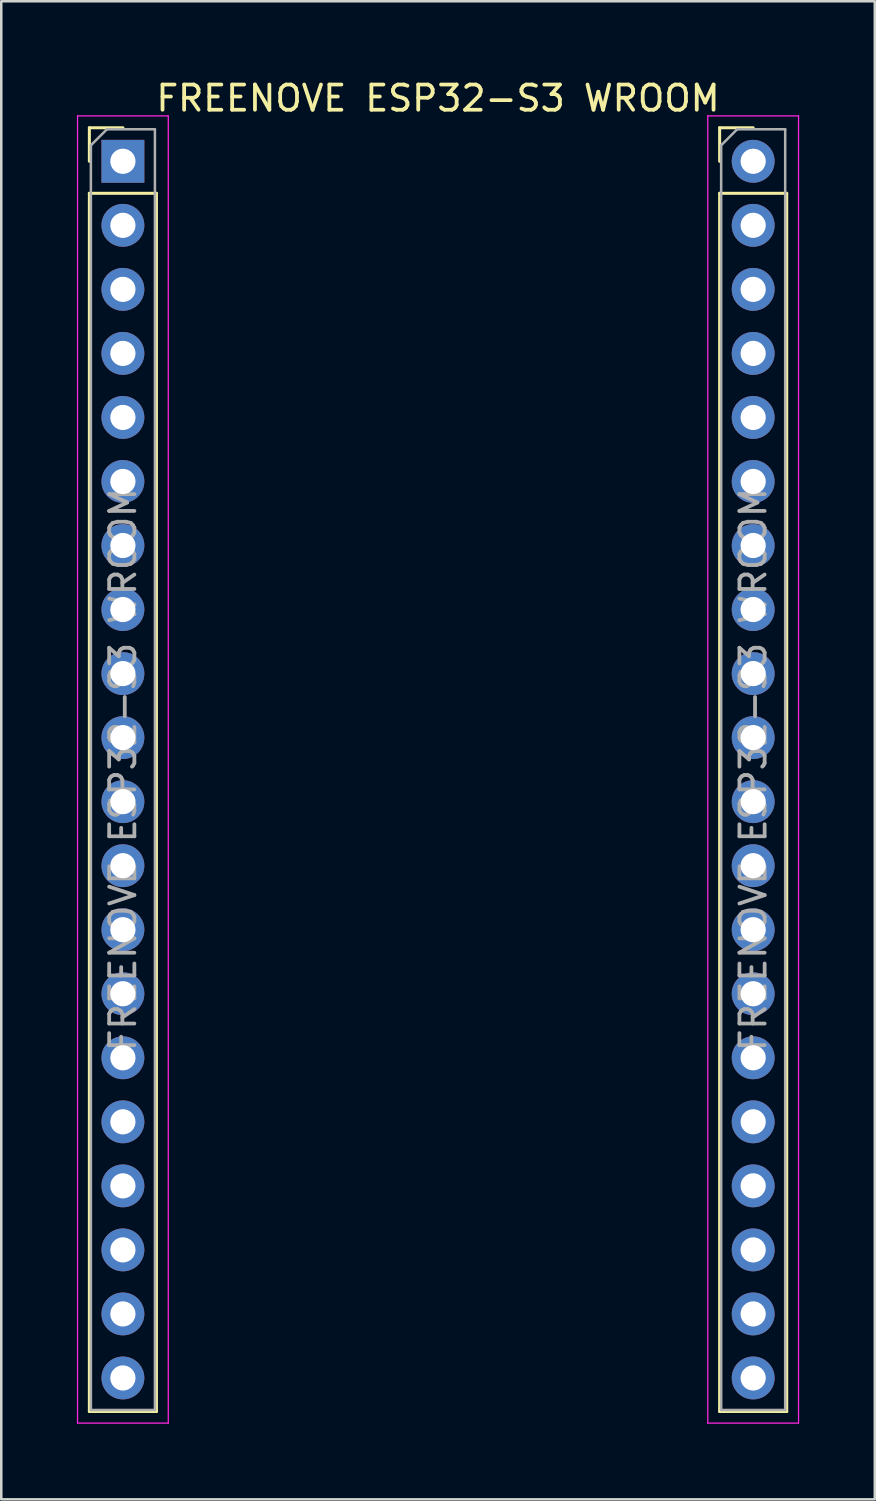
<source format=kicad_pcb>
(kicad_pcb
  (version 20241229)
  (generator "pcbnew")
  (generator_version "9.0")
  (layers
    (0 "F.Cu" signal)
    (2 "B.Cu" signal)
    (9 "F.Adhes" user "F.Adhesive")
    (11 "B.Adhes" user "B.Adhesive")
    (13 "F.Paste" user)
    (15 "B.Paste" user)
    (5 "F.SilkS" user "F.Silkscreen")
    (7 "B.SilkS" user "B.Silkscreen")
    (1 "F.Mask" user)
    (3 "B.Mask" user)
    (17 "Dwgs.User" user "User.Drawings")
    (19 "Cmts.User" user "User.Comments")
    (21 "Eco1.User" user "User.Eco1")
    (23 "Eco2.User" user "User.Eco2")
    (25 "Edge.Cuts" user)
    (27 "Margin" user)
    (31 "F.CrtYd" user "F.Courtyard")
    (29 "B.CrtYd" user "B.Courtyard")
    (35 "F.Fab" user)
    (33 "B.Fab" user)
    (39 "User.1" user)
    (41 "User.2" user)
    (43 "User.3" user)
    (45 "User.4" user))
  (footprint "FREENOVE ESP32-S3 WROOM"
    (layer "F.Cu")
    (at 1.825 3.348)
    (property "Reference" "FREENOVE ESP32-S3 WROOM" (at 12.5 -2.5 0) (layer "F.SilkS") (effects (font (size 1 1) (thickness 0.15))))
    (attr through_hole)
    (fp_line (start -1.33 -1.33) (end 0 -1.33) (stroke (width 0.12) (type solid)) (layer "F.SilkS"))
    (fp_line (start -1.33 0) (end -1.33 -1.33) (stroke (width 0.12) (type solid)) (layer "F.SilkS"))
    (fp_line (start -1.33 1.27) (end -1.33 49.59) (stroke (width 0.12) (type solid)) (layer "F.SilkS"))
    (fp_line (start -1.33 1.27) (end 1.33 1.27) (stroke (width 0.12) (type solid)) (layer "F.SilkS"))
    (fp_line (start -1.33 49.59) (end 1.33 49.59) (stroke (width 0.12) (type solid)) (layer "F.SilkS"))
    (fp_line (start 1.33 1.27) (end 1.33 49.59) (stroke (width 0.12) (type solid)) (layer "F.SilkS"))
    (fp_line (start 23.67 -1.33) (end 25 -1.33) (stroke (width 0.12) (type solid)) (layer "F.SilkS"))
    (fp_line (start 23.67 0) (end 23.67 -1.33) (stroke (width 0.12) (type solid)) (layer "F.SilkS"))
    (fp_line (start 23.67 1.27) (end 23.67 49.59) (stroke (width 0.12) (type solid)) (layer "F.SilkS"))
    (fp_line (start 23.67 1.27) (end 26.33 1.27) (stroke (width 0.12) (type solid)) (layer "F.SilkS"))
    (fp_line (start 23.67 49.59) (end 26.33 49.59) (stroke (width 0.12) (type solid)) (layer "F.SilkS"))
    (fp_line (start 26.33 1.27) (end 26.33 49.59) (stroke (width 0.12) (type solid)) (layer "F.SilkS"))
    (fp_line (start -1.8 -1.8) (end -1.8 50.05) (stroke (width 0.05) (type solid)) (layer "F.CrtYd"))
    (fp_line (start -1.8 50.05) (end 1.8 50.05) (stroke (width 0.05) (type solid)) (layer "F.CrtYd"))
    (fp_line (start 1.8 -1.8) (end -1.8 -1.8) (stroke (width 0.05) (type solid)) (layer "F.CrtYd"))
    (fp_line (start 1.8 50.05) (end 1.8 -1.8) (stroke (width 0.05) (type solid)) (layer "F.CrtYd"))
    (fp_line (start 23.2 -1.8) (end 23.2 50.05) (stroke (width 0.05) (type solid)) (layer "F.CrtYd"))
    (fp_line (start 23.2 50.05) (end 26.8 50.05) (stroke (width 0.05) (type solid)) (layer "F.CrtYd"))
    (fp_line (start 26.8 -1.8) (end 23.2 -1.8) (stroke (width 0.05) (type solid)) (layer "F.CrtYd"))
    (fp_line (start 26.8 50.05) (end 26.8 -1.8) (stroke (width 0.05) (type solid)) (layer "F.CrtYd"))
    (fp_line (start -1.27 -0.635) (end -0.635 -1.27) (stroke (width 0.1) (type solid)) (layer "F.Fab"))
    (fp_line (start -1.27 49.53) (end -1.27 -0.635) (stroke (width 0.1) (type solid)) (layer "F.Fab"))
    (fp_line (start -0.635 -1.27) (end 1.27 -1.27) (stroke (width 0.1) (type solid)) (layer "F.Fab"))
    (fp_line (start 1.27 -1.27) (end 1.27 49.53) (stroke (width 0.1) (type solid)) (layer "F.Fab"))
    (fp_line (start 1.27 49.53) (end -1.27 49.53) (stroke (width 0.1) (type solid)) (layer "F.Fab"))
    (fp_line (start 23.73 -0.635) (end 24.365 -1.27) (stroke (width 0.1) (type solid)) (layer "F.Fab"))
    (fp_line (start 23.73 49.53) (end 23.73 -0.635) (stroke (width 0.1) (type solid)) (layer "F.Fab"))
    (fp_line (start 24.365 -1.27) (end 26.27 -1.27) (stroke (width 0.1) (type solid)) (layer "F.Fab"))
    (fp_line (start 26.27 -1.27) (end 26.27 49.53) (stroke (width 0.1) (type solid)) (layer "F.Fab"))
    (fp_line (start 26.27 49.53) (end 23.73 49.53) (stroke (width 0.1) (type solid)) (layer "F.Fab"))
    (fp_text user "${REFERENCE}" (at 0 24.13 90) (layer "F.Fab") (effects (font (size 1 1) (thickness 0.15))))
    (fp_text user "${REFERENCE}" (at 25 24.13 90) (layer "F.Fab") (effects (font (size 1 1) (thickness 0.15))))
    (pad "1" thru_hole rect (at 0 0) (size 1.7 1.7) (drill 1) (layers "*.Cu" "*.Mask"))
    (pad "2" thru_hole oval (at 0 2.54) (size 1.7 1.7) (drill 1) (layers "*.Cu" "*.Mask"))
    (pad "3" thru_hole oval (at 0 5.08) (size 1.7 1.7) (drill 1) (layers "*.Cu" "*.Mask"))
    (pad "4" thru_hole oval (at 0 7.62) (size 1.7 1.7) (drill 1) (layers "*.Cu" "*.Mask"))
    (pad "5" thru_hole oval (at 0 10.16) (size 1.7 1.7) (drill 1) (layers "*.Cu" "*.Mask"))
    (pad "6" thru_hole oval (at 0 12.7) (size 1.7 1.7) (drill 1) (layers "*.Cu" "*.Mask"))
    (pad "7" thru_hole oval (at 0 15.24) (size 1.7 1.7) (drill 1) (layers "*.Cu" "*.Mask"))
    (pad "8" thru_hole oval (at 0 17.78) (size 1.7 1.7) (drill 1) (layers "*.Cu" "*.Mask"))
    (pad "9" thru_hole oval (at 0 20.32) (size 1.7 1.7) (drill 1) (layers "*.Cu" "*.Mask"))
    (pad "10" thru_hole oval (at 0 22.86) (size 1.7 1.7) (drill 1) (layers "*.Cu" "*.Mask"))
    (pad "11" thru_hole oval (at 0 25.4) (size 1.7 1.7) (drill 1) (layers "*.Cu" "*.Mask"))
    (pad "12" thru_hole oval (at 0 27.94) (size 1.7 1.7) (drill 1) (layers "*.Cu" "*.Mask"))
    (pad "13" thru_hole oval (at 0 30.48) (size 1.7 1.7) (drill 1) (layers "*.Cu" "*.Mask"))
    (pad "14" thru_hole oval (at 0 33.02) (size 1.7 1.7) (drill 1) (layers "*.Cu" "*.Mask"))
    (pad "15" thru_hole oval (at 0 35.56) (size 1.7 1.7) (drill 1) (layers "*.Cu" "*.Mask"))
    (pad "16" thru_hole oval (at 0 38.1) (size 1.7 1.7) (drill 1) (layers "*.Cu" "*.Mask"))
    (pad "17" thru_hole oval (at 0 40.64) (size 1.7 1.7) (drill 1) (layers "*.Cu" "*.Mask"))
    (pad "18" thru_hole oval (at 0 43.18) (size 1.7 1.7) (drill 1) (layers "*.Cu" "*.Mask"))
    (pad "19" thru_hole oval (at 0 45.72) (size 1.7 1.7) (drill 1) (layers "*.Cu" "*.Mask"))
    (pad "20" thru_hole oval (at 0 48.26) (size 1.7 1.7) (drill 1) (layers "*.Cu" "*.Mask"))
    (pad "21" thru_hole circle (at 25 0) (size 1.7 1.7) (drill 1) (layers "*.Cu" "*.Mask"))
    (pad "22" thru_hole oval (at 25 2.54) (size 1.7 1.7) (drill 1) (layers "*.Cu" "*.Mask"))
    (pad "23" thru_hole oval (at 25 5.08) (size 1.7 1.7) (drill 1) (layers "*.Cu" "*.Mask"))
    (pad "24" thru_hole oval (at 25 7.62) (size 1.7 1.7) (drill 1) (layers "*.Cu" "*.Mask"))
    (pad "25" thru_hole oval (at 25 10.16) (size 1.7 1.7) (drill 1) (layers "*.Cu" "*.Mask"))
    (pad "26" thru_hole oval (at 25 12.7) (size 1.7 1.7) (drill 1) (layers "*.Cu" "*.Mask"))
    (pad "27" thru_hole oval (at 25 15.24) (size 1.7 1.7) (drill 1) (layers "*.Cu" "*.Mask"))
    (pad "28" thru_hole oval (at 25 17.78) (size 1.7 1.7) (drill 1) (layers "*.Cu" "*.Mask"))
    (pad "29" thru_hole oval (at 25 20.32) (size 1.7 1.7) (drill 1) (layers "*.Cu" "*.Mask"))
    (pad "30" thru_hole oval (at 25 22.86) (size 1.7 1.7) (drill 1) (layers "*.Cu" "*.Mask"))
    (pad "31" thru_hole oval (at 25 25.4) (size 1.7 1.7) (drill 1) (layers "*.Cu" "*.Mask"))
    (pad "32" thru_hole oval (at 25 27.94) (size 1.7 1.7) (drill 1) (layers "*.Cu" "*.Mask"))
    (pad "33" thru_hole oval (at 25 30.48) (size 1.7 1.7) (drill 1) (layers "*.Cu" "*.Mask"))
    (pad "34" thru_hole oval (at 25 33.02) (size 1.7 1.7) (drill 1) (layers "*.Cu" "*.Mask"))
    (pad "35" thru_hole oval (at 25 35.56) (size 1.7 1.7) (drill 1) (layers "*.Cu" "*.Mask"))
    (pad "36" thru_hole oval (at 25 38.1) (size 1.7 1.7) (drill 1) (layers "*.Cu" "*.Mask"))
    (pad "37" thru_hole oval (at 25 40.64) (size 1.7 1.7) (drill 1) (layers "*.Cu" "*.Mask"))
    (pad "38" thru_hole oval (at 25 43.18) (size 1.7 1.7) (drill 1) (layers "*.Cu" "*.Mask"))
    (pad "39" thru_hole oval (at 25 45.72) (size 1.7 1.7) (drill 1) (layers "*.Cu" "*.Mask"))
    (pad "40" thru_hole oval (at 25 48.26) (size 1.7 1.7) (drill 1) (layers "*.Cu" "*.Mask")))
  (gr_rect
    (start -3 -3)
    (end 31.65 56.423)
    (stroke (width 0.1) (type default))
    (fill no)
    (layer "Edge.Cuts")))
</source>
